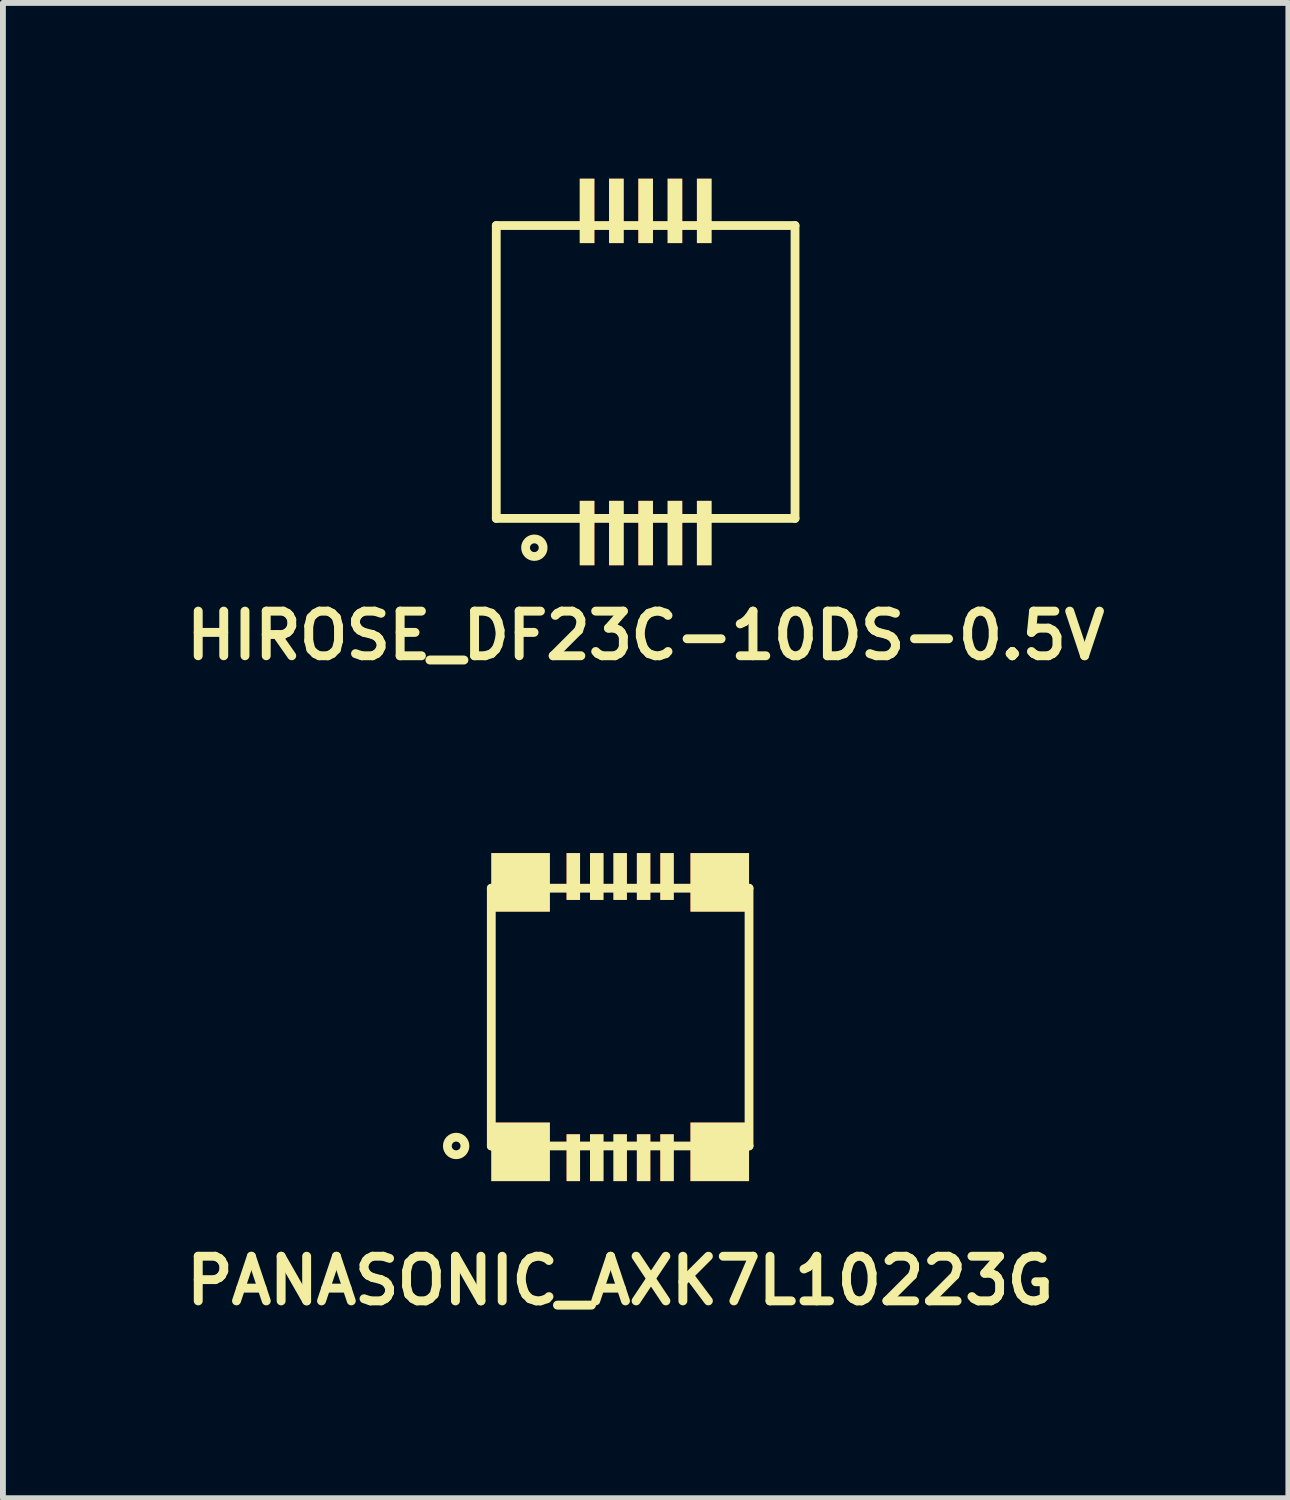
<source format=kicad_pcb>
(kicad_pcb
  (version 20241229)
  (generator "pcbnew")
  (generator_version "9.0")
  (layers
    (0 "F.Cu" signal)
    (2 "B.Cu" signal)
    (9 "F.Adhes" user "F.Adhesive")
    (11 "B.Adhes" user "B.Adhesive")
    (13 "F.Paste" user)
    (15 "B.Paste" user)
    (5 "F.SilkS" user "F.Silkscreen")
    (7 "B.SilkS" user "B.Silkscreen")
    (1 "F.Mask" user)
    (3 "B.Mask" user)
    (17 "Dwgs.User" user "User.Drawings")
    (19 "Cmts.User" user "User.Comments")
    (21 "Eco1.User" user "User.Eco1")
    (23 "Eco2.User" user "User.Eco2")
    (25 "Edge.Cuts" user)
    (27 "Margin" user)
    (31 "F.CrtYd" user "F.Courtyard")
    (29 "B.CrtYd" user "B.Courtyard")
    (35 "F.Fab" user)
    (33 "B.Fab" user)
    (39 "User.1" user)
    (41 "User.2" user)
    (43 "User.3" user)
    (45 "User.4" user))
  (footprint "HIROSE_DF23C-10DS-0.5V"
    (layer "F.Cu")
    (at 7.972 3.3)
    (property "Reference" "HIROSE_DF23C-10DS-0.5V" (at 0 4.5 0) (layer "F.SilkS") (effects (font (size 0.762 0.762) (thickness 0.152))))
    (attr smd)
    (fp_line (start -2.55 -2.5) (end 2.55 -2.5) (stroke (width 0.15) (type solid)) (layer "F.SilkS"))
    (fp_line (start -2.55 2.5) (end -2.55 -2.5) (stroke (width 0.15) (type solid)) (layer "F.SilkS"))
    (fp_line (start 2.55 -2.5) (end 2.55 2.5) (stroke (width 0.15) (type solid)) (layer "F.SilkS"))
    (fp_line (start 2.55 2.5) (end -2.55 2.5) (stroke (width 0.15) (type solid)) (layer "F.SilkS"))
    (fp_circle (center -1.9 3) (end -1.9 2.85) (stroke (width 0.15) (type solid)) (fill no) (layer "F.SilkS"))
    (pad "1" smd rect (at -1 2.75) (size 0.25 1.1) (layers "F.Cu" "F.Mask" "F.SilkS" "F.Paste"))
    (pad "2" smd rect (at -1 -2.75) (size 0.25 1.1) (layers "F.Cu" "F.Mask" "F.SilkS" "F.Paste"))
    (pad "3" smd rect (at -0.5 2.75) (size 0.25 1.1) (layers "F.Cu" "F.Mask" "F.SilkS" "F.Paste"))
    (pad "4" smd rect (at -0.5 -2.75) (size 0.25 1.1) (layers "F.Cu" "F.Mask" "F.SilkS" "F.Paste"))
    (pad "5" smd rect (at 0 2.75) (size 0.25 1.1) (layers "F.Cu" "F.Mask" "F.SilkS" "F.Paste"))
    (pad "6" smd rect (at 0 -2.75) (size 0.25 1.1) (layers "F.Cu" "F.Mask" "F.SilkS" "F.Paste"))
    (pad "7" smd rect (at 0.5 2.75) (size 0.25 1.1) (layers "F.Cu" "F.Mask" "F.SilkS" "F.Paste"))
    (pad "8" smd rect (at 0.5 -2.75) (size 0.25 1.1) (layers "F.Cu" "F.Mask" "F.SilkS" "F.Paste"))
    (pad "9" smd rect (at 1 2.75) (size 0.25 1.1) (layers "F.Cu" "F.Mask" "F.SilkS" "F.Paste"))
    (pad "10" smd rect (at 1 -2.75) (size 0.25 1.1) (layers "F.Cu" "F.Mask" "F.SilkS" "F.Paste")))
  (footprint "PANASONIC_AXK7L10223G"
    (layer "F.Cu")
    (at 7.537 14.313)
    (property "Reference" "PANASONIC_AXK7L10223G" (at 0 4.5 0) (layer "F.SilkS") (effects (font (size 0.762 0.762) (thickness 0.152))))
    (attr smd)
    (fp_line (start -2.2 -2.2) (end 2.2 -2.2) (stroke (width 0.15) (type solid)) (layer "F.SilkS"))
    (fp_line (start -2.2 2.2) (end -2.2 -2.2) (stroke (width 0.15) (type solid)) (layer "F.SilkS"))
    (fp_line (start 2.2 -2.2) (end 2.2 2.2) (stroke (width 0.15) (type solid)) (layer "F.SilkS"))
    (fp_line (start 2.2 2.2) (end -2.2 2.2) (stroke (width 0.15) (type solid)) (layer "F.SilkS"))
    (fp_circle (center -2.8 2.2) (end -2.8 2.05) (stroke (width 0.15) (type solid)) (fill no) (layer "F.SilkS"))
    (pad "1" smd rect (at -0.8 2.4) (size 0.23 0.8) (layers "F.Cu" "F.Mask" "F.SilkS" "F.Paste"))
    (pad "2" smd rect (at -0.8 -2.4) (size 0.23 0.8) (layers "F.Cu" "F.Mask" "F.SilkS" "F.Paste"))
    (pad "3" smd rect (at -0.4 2.4) (size 0.23 0.8) (layers "F.Cu" "F.Mask" "F.SilkS" "F.Paste"))
    (pad "4" smd rect (at -0.4 -2.4) (size 0.23 0.8) (layers "F.Cu" "F.Mask" "F.SilkS" "F.Paste"))
    (pad "5" smd rect (at 0 2.4) (size 0.23 0.8) (layers "F.Cu" "F.Mask" "F.SilkS" "F.Paste"))
    (pad "6" smd rect (at 0 -2.4) (size 0.23 0.8) (layers "F.Cu" "F.Mask" "F.SilkS" "F.Paste"))
    (pad "7" smd rect (at 0.4 2.4) (size 0.23 0.8) (layers "F.Cu" "F.Mask" "F.SilkS" "F.Paste"))
    (pad "8" smd rect (at 0.4 -2.4) (size 0.23 0.8) (layers "F.Cu" "F.Mask" "F.SilkS" "F.Paste"))
    (pad "9" smd rect (at 0.8 2.4) (size 0.23 0.8) (layers "F.Cu" "F.Mask" "F.SilkS" "F.Paste"))
    (pad "10" smd rect (at 0.8 -2.4) (size 0.23 0.8) (layers "F.Cu" "F.Mask" "F.SilkS" "F.Paste"))
    (pad "M1" smd rect (at -1.7 2.3) (size 1 1) (layers "F.Cu" "F.Mask" "F.SilkS" "F.Paste"))
    (pad "M2" smd rect (at -1.7 -2.3) (size 1 1) (layers "F.Cu" "F.Mask" "F.SilkS" "F.Paste"))
    (pad "M3" smd rect (at 1.7 2.3) (size 1 1) (layers "F.Cu" "F.Mask" "F.SilkS" "F.Paste"))
    (pad "M4" smd rect (at 1.7 -2.3) (size 1 1) (layers "F.Cu" "F.Mask" "F.SilkS" "F.Paste")))
  (gr_rect
    (start -3 -3)
    (end 18.944 22.526)
    (stroke (width 0.1) (type default))
    (fill no)
    (layer "Edge.Cuts")))
</source>
